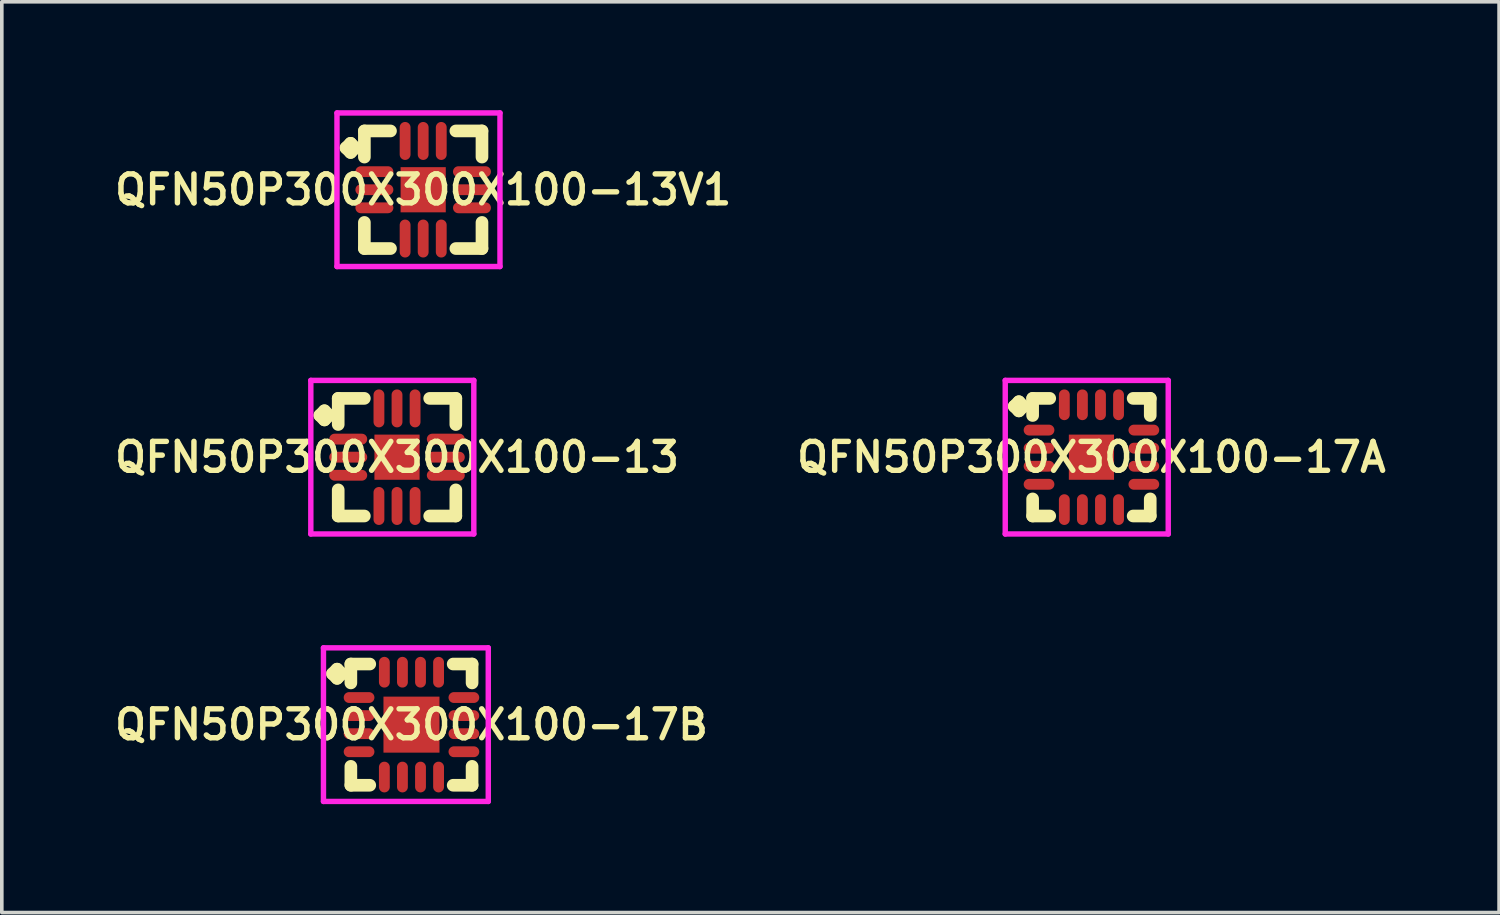
<source format=kicad_pcb>
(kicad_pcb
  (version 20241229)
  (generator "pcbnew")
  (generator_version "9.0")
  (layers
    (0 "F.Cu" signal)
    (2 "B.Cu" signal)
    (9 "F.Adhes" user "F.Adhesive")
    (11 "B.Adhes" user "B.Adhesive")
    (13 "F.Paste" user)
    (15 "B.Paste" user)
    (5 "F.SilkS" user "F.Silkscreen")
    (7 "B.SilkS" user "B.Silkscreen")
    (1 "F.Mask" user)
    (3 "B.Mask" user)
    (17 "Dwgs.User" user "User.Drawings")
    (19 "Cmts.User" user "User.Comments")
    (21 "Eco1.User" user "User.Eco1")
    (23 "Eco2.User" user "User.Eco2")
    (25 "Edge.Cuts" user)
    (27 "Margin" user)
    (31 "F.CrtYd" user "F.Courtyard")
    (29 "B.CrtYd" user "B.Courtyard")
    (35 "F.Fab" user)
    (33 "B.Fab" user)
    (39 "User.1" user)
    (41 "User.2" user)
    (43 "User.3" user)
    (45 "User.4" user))
  (footprint "QFN50P300X300X100-13V1"
    (layer "F.Cu")
    (at 8.659 2.2)
    (property "Reference" "QFN50P300X300X100-13V1" (at 0 0 0) (layer "F.SilkS") (effects (font (size 0.8 0.8) (thickness 0.15))))
    (attr smd)
    (fp_line (start -2.135 -1.158) (end -2.008 -1.285) (stroke (width 0.35) (type solid)) (layer "F.SilkS"))
    (fp_line (start -2.008 -1.285) (end -1.881 -1.158) (stroke (width 0.35) (type solid)) (layer "F.SilkS"))
    (fp_line (start -2.008 -1.031) (end -2.135 -1.158) (stroke (width 0.35) (type solid)) (layer "F.SilkS"))
    (fp_line (start -1.881 -1.158) (end -2.008 -1.031) (stroke (width 0.35) (type solid)) (layer "F.SilkS"))
    (fp_line (start -1.627 -1.627) (end -0.904 -1.627) (stroke (width 0.35) (type solid)) (layer "F.SilkS"))
    (fp_line (start -1.627 -0.904) (end -1.627 -1.627) (stroke (width 0.35) (type solid)) (layer "F.SilkS"))
    (fp_line (start -1.627 0.904) (end -1.627 1.627) (stroke (width 0.35) (type solid)) (layer "F.SilkS"))
    (fp_line (start -1.627 1.627) (end -0.904 1.627) (stroke (width 0.35) (type solid)) (layer "F.SilkS"))
    (fp_line (start 0.904 -1.627) (end 1.627 -1.627) (stroke (width 0.35) (type solid)) (layer "F.SilkS"))
    (fp_line (start 0.904 1.627) (end 1.627 1.627) (stroke (width 0.35) (type solid)) (layer "F.SilkS"))
    (fp_line (start 1.627 -1.627) (end 1.627 -0.904) (stroke (width 0.35) (type solid)) (layer "F.SilkS"))
    (fp_line (start 1.627 1.627) (end 1.627 0.904) (stroke (width 0.35) (type solid)) (layer "F.SilkS"))
    (fp_line (start -2.385 -2.125) (end 2.125 -2.125) (stroke (width 0.15) (type solid)) (layer "F.CrtYd"))
    (fp_line (start -2.385 2.125) (end -2.385 -2.125) (stroke (width 0.15) (type solid)) (layer "F.CrtYd"))
    (fp_line (start 2.125 -2.125) (end 2.125 2.125) (stroke (width 0.15) (type solid)) (layer "F.CrtYd"))
    (fp_line (start 2.125 2.125) (end -2.385 2.125) (stroke (width 0.15) (type solid)) (layer "F.CrtYd"))
    (pad "1" smd oval (at -1.35 -0.5) (size 1.05 0.3) (layers "F.Cu" "F.Mask" "F.Paste"))
    (pad "2" smd oval (at -1.35 0) (size 1.05 0.3) (layers "F.Cu" "F.Mask" "F.Paste"))
    (pad "3" smd oval (at -1.35 0.5) (size 1.05 0.3) (layers "F.Cu" "F.Mask" "F.Paste"))
    (pad "4" smd oval (at -0.5 1.35) (size 0.3 1.05) (layers "F.Cu" "F.Mask" "F.Paste"))
    (pad "5" smd oval (at 0 1.35) (size 0.3 1.05) (layers "F.Cu" "F.Mask" "F.Paste"))
    (pad "6" smd oval (at 0.5 1.35) (size 0.3 1.05) (layers "F.Cu" "F.Mask" "F.Paste"))
    (pad "7" smd oval (at 1.35 0.5) (size 1.05 0.3) (layers "F.Cu" "F.Mask" "F.Paste"))
    (pad "8" smd oval (at 1.35 0) (size 1.05 0.3) (layers "F.Cu" "F.Mask" "F.Paste"))
    (pad "9" smd oval (at 1.35 -0.5) (size 1.05 0.3) (layers "F.Cu" "F.Mask" "F.Paste"))
    (pad "10" smd oval (at 0.5 -1.35) (size 0.3 1.05) (layers "F.Cu" "F.Mask" "F.Paste"))
    (pad "11" smd oval (at 0 -1.35) (size 0.3 1.05) (layers "F.Cu" "F.Mask" "F.Paste"))
    (pad "12" smd oval (at -0.5 -1.35) (size 0.3 1.05) (layers "F.Cu" "F.Mask" "F.Paste"))
    (pad "13" smd rect (at 0 0) (size 1.25 1.25) (layers "F.Cu" "F.Mask" "F.Paste")))
  (footprint "QFN50P300X300X100-17A"
    (layer "F.Cu")
    (at 27.149 9.6)
    (property "Reference" "QFN50P300X300X100-17A" (at 0 0 0) (layer "F.SilkS") (effects (font (size 0.8 0.8) (thickness 0.15))))
    (attr through_hole)
    (fp_line (start -2.135 -1.408) (end -2.008 -1.535) (stroke (width 0.35) (type solid)) (layer "F.SilkS"))
    (fp_line (start -2.008 -1.535) (end -1.881 -1.408) (stroke (width 0.35) (type solid)) (layer "F.SilkS"))
    (fp_line (start -2.008 -1.281) (end -2.135 -1.408) (stroke (width 0.35) (type solid)) (layer "F.SilkS"))
    (fp_line (start -1.881 -1.408) (end -2.008 -1.281) (stroke (width 0.35) (type solid)) (layer "F.SilkS"))
    (fp_line (start -1.627 -1.627) (end -1.154 -1.627) (stroke (width 0.35) (type solid)) (layer "F.SilkS"))
    (fp_line (start -1.627 -1.154) (end -1.627 -1.627) (stroke (width 0.35) (type solid)) (layer "F.SilkS"))
    (fp_line (start -1.627 1.154) (end -1.627 1.627) (stroke (width 0.35) (type solid)) (layer "F.SilkS"))
    (fp_line (start -1.627 1.627) (end -1.154 1.627) (stroke (width 0.35) (type solid)) (layer "F.SilkS"))
    (fp_line (start 1.154 -1.627) (end 1.627 -1.627) (stroke (width 0.35) (type solid)) (layer "F.SilkS"))
    (fp_line (start 1.154 1.627) (end 1.627 1.627) (stroke (width 0.35) (type solid)) (layer "F.SilkS"))
    (fp_line (start 1.627 -1.627) (end 1.627 -1.154) (stroke (width 0.35) (type solid)) (layer "F.SilkS"))
    (fp_line (start 1.627 1.627) (end 1.627 1.154) (stroke (width 0.35) (type solid)) (layer "F.SilkS"))
    (fp_line (start -2.385 -2.125) (end 2.125 -2.125) (stroke (width 0.15) (type solid)) (layer "F.CrtYd"))
    (fp_line (start -2.385 2.125) (end -2.385 -2.125) (stroke (width 0.15) (type solid)) (layer "F.CrtYd"))
    (fp_line (start 2.125 -2.125) (end 2.125 2.125) (stroke (width 0.15) (type solid)) (layer "F.CrtYd"))
    (fp_line (start 2.125 2.125) (end -2.385 2.125) (stroke (width 0.15) (type solid)) (layer "F.CrtYd"))
    (pad "1" smd oval (at -1.45 -0.75) (size 0.85 0.3) (layers "F.Cu" "F.Mask" "F.Paste"))
    (pad "2" smd oval (at -1.45 -0.25) (size 0.85 0.3) (layers "F.Cu" "F.Mask" "F.Paste"))
    (pad "3" smd oval (at -1.45 0.25) (size 0.85 0.3) (layers "F.Cu" "F.Mask" "F.Paste"))
    (pad "4" smd oval (at -1.45 0.75) (size 0.85 0.3) (layers "F.Cu" "F.Mask" "F.Paste"))
    (pad "5" smd oval (at -0.75 1.45) (size 0.3 0.85) (layers "F.Cu" "F.Mask" "F.Paste"))
    (pad "6" smd oval (at -0.25 1.45) (size 0.3 0.85) (layers "F.Cu" "F.Mask" "F.Paste"))
    (pad "7" smd oval (at 0.25 1.45) (size 0.3 0.85) (layers "F.Cu" "F.Mask" "F.Paste"))
    (pad "8" smd oval (at 0.75 1.45) (size 0.3 0.85) (layers "F.Cu" "F.Mask" "F.Paste"))
    (pad "9" smd oval (at 1.45 0.75) (size 0.85 0.3) (layers "F.Cu" "F.Mask" "F.Paste"))
    (pad "10" smd oval (at 1.45 0.25) (size 0.85 0.3) (layers "F.Cu" "F.Mask" "F.Paste"))
    (pad "11" smd oval (at 1.45 -0.25) (size 0.85 0.3) (layers "F.Cu" "F.Mask" "F.Paste"))
    (pad "12" smd oval (at 1.45 -0.75) (size 0.85 0.3) (layers "F.Cu" "F.Mask" "F.Paste"))
    (pad "13" smd oval (at 0.75 -1.45) (size 0.3 0.85) (layers "F.Cu" "F.Mask" "F.Paste"))
    (pad "14" smd oval (at 0.25 -1.45) (size 0.3 0.85) (layers "F.Cu" "F.Mask" "F.Paste"))
    (pad "15" smd oval (at -0.25 -1.45) (size 0.3 0.85) (layers "F.Cu" "F.Mask" "F.Paste"))
    (pad "16" smd oval (at -0.75 -1.45) (size 0.3 0.85) (layers "F.Cu" "F.Mask" "F.Paste"))
    (pad "17" smd rect (at 0 0) (size 1.25 1.25) (layers "F.Cu" "F.Mask" "F.Paste")))
  (footprint "QFN50P300X300X100-13"
    (layer "F.Cu")
    (at 7.935 9.6)
    (property "Reference" "QFN50P300X300X100-13" (at 0 0 0) (layer "F.SilkS") (effects (font (size 0.8 0.8) (thickness 0.15))))
    (attr smd)
    (fp_line (start -2.135 -1.158) (end -2.008 -1.285) (stroke (width 0.35) (type solid)) (layer "F.SilkS"))
    (fp_line (start -2.008 -1.285) (end -1.881 -1.158) (stroke (width 0.35) (type solid)) (layer "F.SilkS"))
    (fp_line (start -2.008 -1.031) (end -2.135 -1.158) (stroke (width 0.35) (type solid)) (layer "F.SilkS"))
    (fp_line (start -1.881 -1.158) (end -2.008 -1.031) (stroke (width 0.35) (type solid)) (layer "F.SilkS"))
    (fp_line (start -1.627 -1.627) (end -0.904 -1.627) (stroke (width 0.35) (type solid)) (layer "F.SilkS"))
    (fp_line (start -1.627 -0.904) (end -1.627 -1.627) (stroke (width 0.35) (type solid)) (layer "F.SilkS"))
    (fp_line (start -1.627 0.904) (end -1.627 1.627) (stroke (width 0.35) (type solid)) (layer "F.SilkS"))
    (fp_line (start -1.627 1.627) (end -0.904 1.627) (stroke (width 0.35) (type solid)) (layer "F.SilkS"))
    (fp_line (start 0.904 -1.627) (end 1.627 -1.627) (stroke (width 0.35) (type solid)) (layer "F.SilkS"))
    (fp_line (start 0.904 1.627) (end 1.627 1.627) (stroke (width 0.35) (type solid)) (layer "F.SilkS"))
    (fp_line (start 1.627 -1.627) (end 1.627 -0.904) (stroke (width 0.35) (type solid)) (layer "F.SilkS"))
    (fp_line (start 1.627 1.627) (end 1.627 0.904) (stroke (width 0.35) (type solid)) (layer "F.SilkS"))
    (fp_line (start -2.385 -2.125) (end 2.125 -2.125) (stroke (width 0.15) (type solid)) (layer "F.CrtYd"))
    (fp_line (start -2.385 2.125) (end -2.385 -2.125) (stroke (width 0.15) (type solid)) (layer "F.CrtYd"))
    (fp_line (start 2.125 -2.125) (end 2.125 2.125) (stroke (width 0.15) (type solid)) (layer "F.CrtYd"))
    (fp_line (start 2.125 2.125) (end -2.385 2.125) (stroke (width 0.15) (type solid)) (layer "F.CrtYd"))
    (pad "1" smd oval (at -1.35 -0.5) (size 1.05 0.3) (layers "F.Cu" "F.Mask" "F.Paste"))
    (pad "2" smd oval (at -1.35 0) (size 1.05 0.3) (layers "F.Cu" "F.Mask" "F.Paste"))
    (pad "3" smd oval (at -1.35 0.5) (size 1.05 0.3) (layers "F.Cu" "F.Mask" "F.Paste"))
    (pad "4" smd oval (at -0.5 1.35) (size 0.3 1.05) (layers "F.Cu" "F.Mask" "F.Paste"))
    (pad "5" smd oval (at 0 1.35) (size 0.3 1.05) (layers "F.Cu" "F.Mask" "F.Paste"))
    (pad "6" smd oval (at 0.5 1.35) (size 0.3 1.05) (layers "F.Cu" "F.Mask" "F.Paste"))
    (pad "7" smd oval (at 1.35 0.5) (size 1.05 0.3) (layers "F.Cu" "F.Mask" "F.Paste"))
    (pad "8" smd oval (at 1.35 0) (size 1.05 0.3) (layers "F.Cu" "F.Mask" "F.Paste"))
    (pad "9" smd oval (at 1.35 -0.5) (size 1.05 0.3) (layers "F.Cu" "F.Mask" "F.Paste"))
    (pad "10" smd oval (at 0.5 -1.35) (size 0.3 1.05) (layers "F.Cu" "F.Mask" "F.Paste"))
    (pad "11" smd oval (at 0 -1.35) (size 0.3 1.05) (layers "F.Cu" "F.Mask" "F.Paste"))
    (pad "12" smd oval (at -0.5 -1.35) (size 0.3 1.05) (layers "F.Cu" "F.Mask" "F.Paste"))
    (pad "13" smd rect (at 0 0) (size 1.25 1.25) (layers "F.Cu" "F.Mask" "F.Paste")))
  (footprint "QFN50P300X300X100-17B"
    (layer "F.Cu")
    (at 8.335 17)
    (property "Reference" "QFN50P300X300X100-17B" (at 0 0 0) (layer "F.SilkS") (effects (font (size 0.8 0.8) (thickness 0.15))))
    (attr smd)
    (fp_line (start -2.185 -1.408) (end -2.058 -1.535) (stroke (width 0.35) (type solid)) (layer "F.SilkS"))
    (fp_line (start -2.058 -1.535) (end -1.931 -1.408) (stroke (width 0.35) (type solid)) (layer "F.SilkS"))
    (fp_line (start -2.058 -1.281) (end -2.185 -1.408) (stroke (width 0.35) (type solid)) (layer "F.SilkS"))
    (fp_line (start -1.931 -1.408) (end -2.058 -1.281) (stroke (width 0.35) (type solid)) (layer "F.SilkS"))
    (fp_line (start -1.677 -1.677) (end -1.154 -1.677) (stroke (width 0.35) (type solid)) (layer "F.SilkS"))
    (fp_line (start -1.677 -1.154) (end -1.677 -1.677) (stroke (width 0.35) (type solid)) (layer "F.SilkS"))
    (fp_line (start -1.677 1.154) (end -1.677 1.677) (stroke (width 0.35) (type solid)) (layer "F.SilkS"))
    (fp_line (start -1.677 1.677) (end -1.154 1.677) (stroke (width 0.35) (type solid)) (layer "F.SilkS"))
    (fp_line (start 1.154 -1.677) (end 1.677 -1.677) (stroke (width 0.35) (type solid)) (layer "F.SilkS"))
    (fp_line (start 1.154 1.677) (end 1.677 1.677) (stroke (width 0.35) (type solid)) (layer "F.SilkS"))
    (fp_line (start 1.677 -1.677) (end 1.677 -1.154) (stroke (width 0.35) (type solid)) (layer "F.SilkS"))
    (fp_line (start 1.677 1.677) (end 1.677 1.154) (stroke (width 0.35) (type solid)) (layer "F.SilkS"))
    (fp_line (start -2.435 -2.125) (end 2.125 -2.125) (stroke (width 0.15) (type solid)) (layer "F.CrtYd"))
    (fp_line (start -2.435 2.125) (end -2.435 -2.125) (stroke (width 0.15) (type solid)) (layer "F.CrtYd"))
    (fp_line (start 2.125 -2.125) (end 2.125 2.125) (stroke (width 0.15) (type solid)) (layer "F.CrtYd"))
    (fp_line (start 2.125 2.125) (end -2.435 2.125) (stroke (width 0.15) (type solid)) (layer "F.CrtYd"))
    (pad "1" smd oval (at -1.45 -0.75) (size 0.85 0.3) (layers "F.Cu" "F.Mask" "F.Paste"))
    (pad "2" smd oval (at -1.45 -0.25) (size 0.85 0.3) (layers "F.Cu" "F.Mask" "F.Paste"))
    (pad "3" smd oval (at -1.45 0.25) (size 0.85 0.3) (layers "F.Cu" "F.Mask" "F.Paste"))
    (pad "4" smd oval (at -1.45 0.75) (size 0.85 0.3) (layers "F.Cu" "F.Mask" "F.Paste"))
    (pad "5" smd oval (at -0.75 1.45) (size 0.3 0.85) (layers "F.Cu" "F.Mask" "F.Paste"))
    (pad "6" smd oval (at -0.25 1.45) (size 0.3 0.85) (layers "F.Cu" "F.Mask" "F.Paste"))
    (pad "7" smd oval (at 0.25 1.45) (size 0.3 0.85) (layers "F.Cu" "F.Mask" "F.Paste"))
    (pad "8" smd oval (at 0.75 1.45) (size 0.3 0.85) (layers "F.Cu" "F.Mask" "F.Paste"))
    (pad "9" smd oval (at 1.45 0.75) (size 0.85 0.3) (layers "F.Cu" "F.Mask" "F.Paste"))
    (pad "10" smd oval (at 1.45 0.25) (size 0.85 0.3) (layers "F.Cu" "F.Mask" "F.Paste"))
    (pad "11" smd oval (at 1.45 -0.25) (size 0.85 0.3) (layers "F.Cu" "F.Mask" "F.Paste"))
    (pad "12" smd oval (at 1.45 -0.75) (size 0.85 0.3) (layers "F.Cu" "F.Mask" "F.Paste"))
    (pad "13" smd oval (at 0.75 -1.45) (size 0.3 0.85) (layers "F.Cu" "F.Mask" "F.Paste"))
    (pad "14" smd oval (at 0.25 -1.45) (size 0.3 0.85) (layers "F.Cu" "F.Mask" "F.Paste"))
    (pad "15" smd oval (at -0.25 -1.45) (size 0.3 0.85) (layers "F.Cu" "F.Mask" "F.Paste"))
    (pad "16" smd oval (at -0.75 -1.45) (size 0.3 0.85) (layers "F.Cu" "F.Mask" "F.Paste"))
    (pad "17" smd rect (at 0 0) (size 1.55 1.55) (layers "F.Cu" "F.Mask" "F.Paste")))
  (gr_rect
    (start -3 -3)
    (end 38.428 22.2)
    (stroke (width 0.1) (type default))
    (fill no)
    (layer "Edge.Cuts")))
</source>
